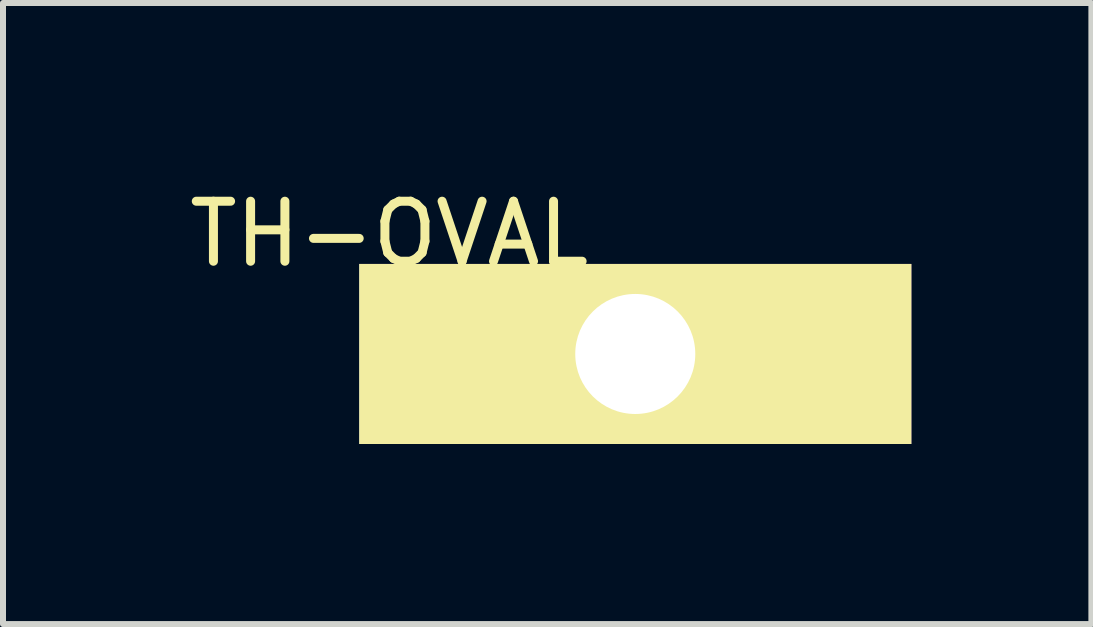
<source format=kicad_pcb>
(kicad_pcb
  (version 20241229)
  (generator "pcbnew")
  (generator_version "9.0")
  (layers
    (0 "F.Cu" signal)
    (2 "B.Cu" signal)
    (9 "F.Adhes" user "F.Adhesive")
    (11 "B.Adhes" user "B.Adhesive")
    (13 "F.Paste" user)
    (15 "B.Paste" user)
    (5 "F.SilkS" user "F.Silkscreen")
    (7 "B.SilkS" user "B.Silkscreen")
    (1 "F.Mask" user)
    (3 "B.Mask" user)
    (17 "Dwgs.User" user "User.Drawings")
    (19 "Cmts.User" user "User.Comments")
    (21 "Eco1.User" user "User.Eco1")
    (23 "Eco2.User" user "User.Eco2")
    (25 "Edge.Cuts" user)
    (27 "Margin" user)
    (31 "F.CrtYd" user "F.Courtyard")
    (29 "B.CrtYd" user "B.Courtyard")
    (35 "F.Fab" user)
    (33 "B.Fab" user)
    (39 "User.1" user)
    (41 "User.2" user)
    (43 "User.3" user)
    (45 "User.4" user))
  (footprint "TH-OVAL"
    (layer "F.Cu")
    (at 7.535 2.848)
    (property "Reference" "TH-OVAL" (at -4.1 -2 0) (layer "F.SilkS") (effects (font (size 1 1) (thickness 0.15))))
    (attr through_hole)
    (pad "1" thru_hole rect (at 0 0) (size 9.2 3) (drill 2) (layers "*.Cu" "*.Mask" "F.SilkS")))
  (gr_rect
    (start -3 -3)
    (end 15.135 7.348)
    (stroke (width 0.1) (type default))
    (fill no)
    (layer "Edge.Cuts")))
</source>
